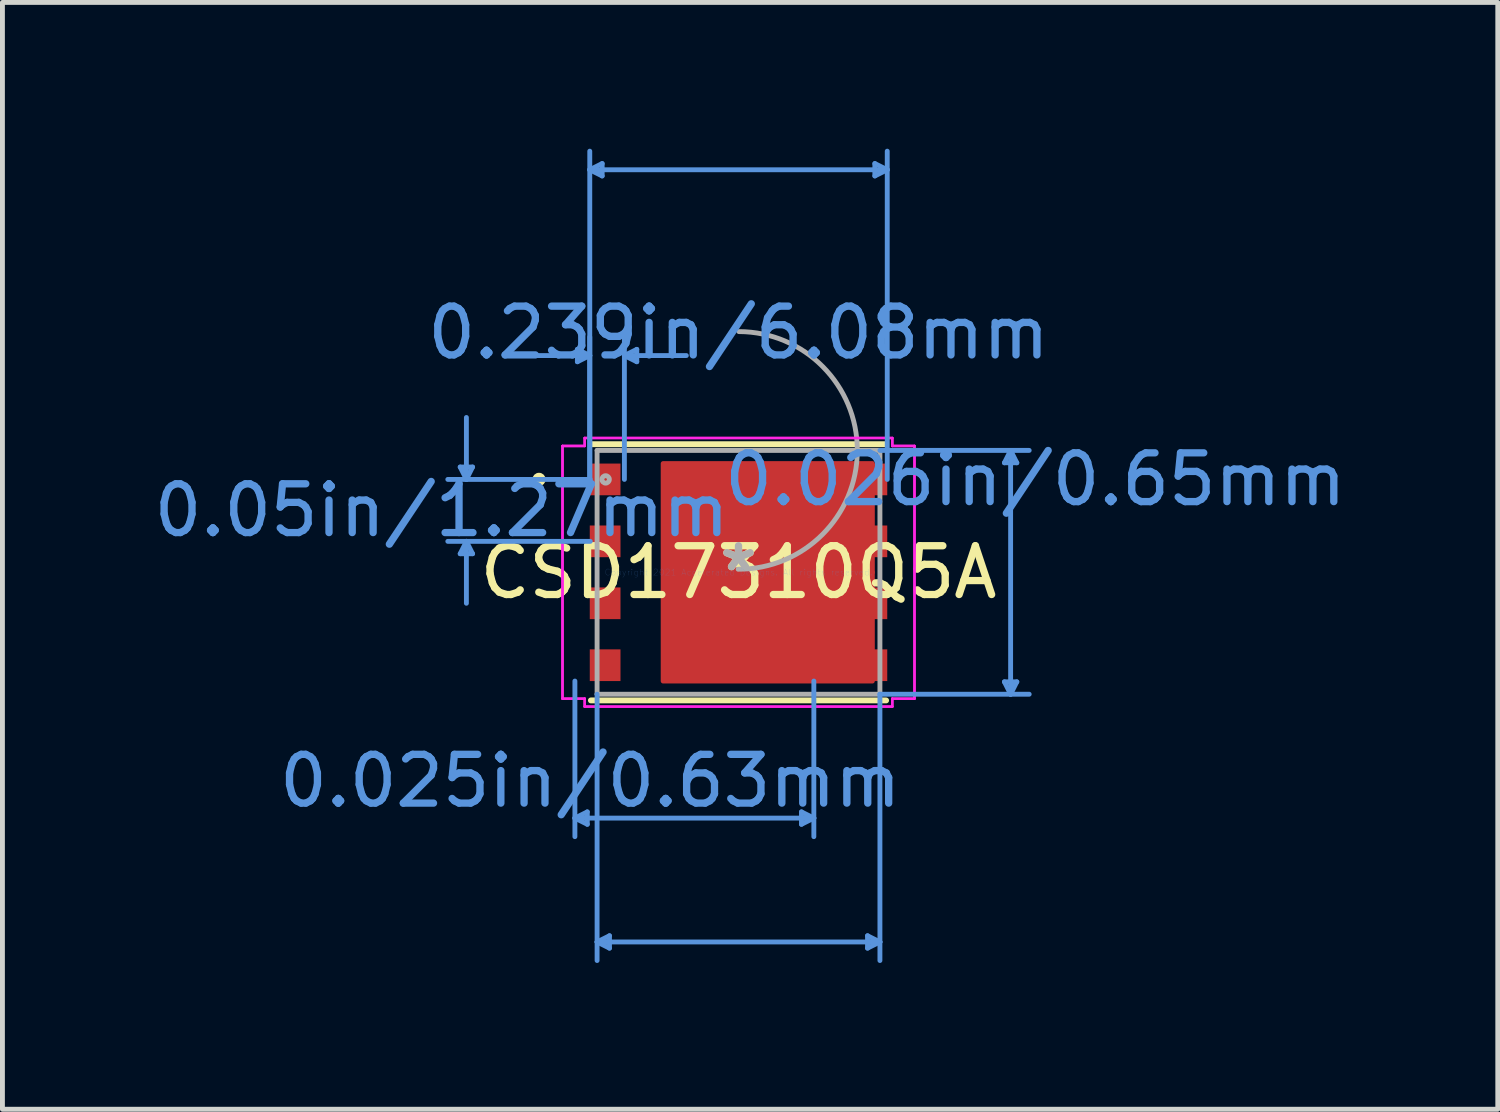
<source format=kicad_pcb>
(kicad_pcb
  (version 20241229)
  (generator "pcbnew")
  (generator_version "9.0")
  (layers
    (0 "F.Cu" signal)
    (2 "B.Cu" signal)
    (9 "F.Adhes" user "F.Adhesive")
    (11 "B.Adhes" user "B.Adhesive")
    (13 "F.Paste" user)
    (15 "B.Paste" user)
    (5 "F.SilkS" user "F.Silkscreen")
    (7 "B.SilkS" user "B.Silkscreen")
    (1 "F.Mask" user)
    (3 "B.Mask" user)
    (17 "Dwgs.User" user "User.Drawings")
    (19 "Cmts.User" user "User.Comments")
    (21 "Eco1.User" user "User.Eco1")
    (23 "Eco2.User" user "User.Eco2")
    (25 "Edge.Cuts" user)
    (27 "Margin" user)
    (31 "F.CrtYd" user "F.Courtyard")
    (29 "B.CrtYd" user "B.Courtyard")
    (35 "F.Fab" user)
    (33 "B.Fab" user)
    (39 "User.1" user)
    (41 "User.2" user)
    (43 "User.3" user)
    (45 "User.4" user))
  (footprint "CSD17310Q5A"
    (layer "F.Cu")
    (at 12.094 8.686)
    (property "Reference" "CSD17310Q5A" (at 0 0 0) (layer "F.SilkS") (effects (font (size 1 1) (thickness 0.15))))
    (attr through_hole)
    (fp_poly (pts (xy 2.745 -2.23) (xy -1.545 -2.23) (xy -1.545 0) (xy 2.745 0)) (stroke (width 0.1) (type solid)) (fill yes) (layer "F.Cu"))
    (fp_poly (pts (xy 2.745 2.23) (xy -1.545 2.23) (xy -1.545 0) (xy 2.745 0)) (stroke (width 0.1) (type solid)) (fill yes) (layer "F.Cu"))
    (fp_poly (pts (xy -3.12 -2.3) (xy -3.12 -1.51) (xy -2.35 -1.51) (xy -2.35 -2.3)) (stroke (width 0.1) (type solid)) (fill yes) (layer "F.Mask"))
    (fp_poly (pts (xy -3.12 -1.03) (xy -3.12 -0.24) (xy -2.35 -0.24) (xy -2.35 -1.03)) (stroke (width 0.1) (type solid)) (fill yes) (layer "F.Mask"))
    (fp_poly (pts (xy -3.12 0.24) (xy -3.12 1.03) (xy -2.35 1.03) (xy -2.35 0.24)) (stroke (width 0.1) (type solid)) (fill yes) (layer "F.Mask"))
    (fp_poly (pts (xy -3.12 1.51) (xy -3.12 2.3) (xy -2.35 2.3) (xy -2.35 1.51)) (stroke (width 0.1) (type solid)) (fill yes) (layer "F.Mask"))
    (fp_poly (pts (xy 2.35 -2.3) (xy 2.35 -1.51) (xy 3.12 -1.51) (xy 3.12 -2.3)) (stroke (width 0.1) (type solid)) (fill yes) (layer "F.Mask"))
    (fp_poly (pts (xy 2.35 -1.03) (xy 2.35 -0.24) (xy 3.12 -0.24) (xy 3.12 -1.03)) (stroke (width 0.1) (type solid)) (fill yes) (layer "F.Mask"))
    (fp_poly (pts (xy 2.35 0.24) (xy 2.35 1.03) (xy 3.12 1.03) (xy 3.12 0.24)) (stroke (width 0.1) (type solid)) (fill yes) (layer "F.Mask"))
    (fp_poly (pts (xy 2.35 1.51) (xy 2.35 2.3) (xy 3.12 2.3) (xy 3.12 1.51)) (stroke (width 0.1) (type solid)) (fill yes) (layer "F.Mask"))
    (fp_poly (pts (xy 2.745 -2.23) (xy -1.545 -2.23) (xy -1.545 0) (xy 2.745 0)) (stroke (width 0.1) (type solid)) (fill yes) (layer "F.Mask"))
    (fp_poly (pts (xy 2.745 2.23) (xy -1.545 2.23) (xy -1.545 0) (xy 2.745 0)) (stroke (width 0.1) (type solid)) (fill yes) (layer "F.Mask"))
    (fp_line (start -3.027 2.627) (end 3.027 2.627) (stroke (width 0.12) (type solid)) (layer "F.SilkS"))
    (fp_line (start 3.027 -2.627) (end -3.027 -2.627) (stroke (width 0.12) (type solid)) (layer "F.SilkS"))
    (fp_circle (center -4.091 -1.905) (end -4.015 -1.905) (stroke (width 0.12) (type solid)) (fill no) (layer "F.SilkS"))
    (fp_poly (pts (xy -0.18 -0.31) (xy -1.415 -0.31) (xy -1.415 -1.88) (xy -0.18 -1.88)) (stroke (width 0.1) (type solid)) (fill yes) (layer "F.Paste"))
    (fp_poly (pts (xy -0.18 0.31) (xy -1.415 0.31) (xy -1.415 1.88) (xy -0.18 1.88)) (stroke (width 0.1) (type solid)) (fill yes) (layer "F.Paste"))
    (fp_poly (pts (xy 0.32 -0.31) (xy 1.905 -0.31) (xy 1.905 -1.88) (xy 0.32 -1.88)) (stroke (width 0.1) (type solid)) (fill yes) (layer "F.Paste"))
    (fp_poly (pts (xy 0.32 0.31) (xy 1.905 0.31) (xy 1.905 1.88) (xy 0.32 1.88)) (stroke (width 0.1) (type solid)) (fill yes) (layer "F.Paste"))
    (fp_line (start -5.707 -2.159) (end -5.453 -2.159) (stroke (width 0.1) (type solid)) (layer "Cmts.User"))
    (fp_line (start -5.707 -0.381) (end -5.453 -0.381) (stroke (width 0.1) (type solid)) (layer "Cmts.User"))
    (fp_line (start -5.58 -1.905) (end -5.707 -2.159) (stroke (width 0.1) (type solid)) (layer "Cmts.User"))
    (fp_line (start -5.58 -1.905) (end -5.58 -3.175) (stroke (width 0.1) (type solid)) (layer "Cmts.User"))
    (fp_line (start -5.58 -1.905) (end -5.453 -2.159) (stroke (width 0.1) (type solid)) (layer "Cmts.User"))
    (fp_line (start -5.58 -0.635) (end -5.707 -0.381) (stroke (width 0.1) (type solid)) (layer "Cmts.User"))
    (fp_line (start -5.58 -0.635) (end -5.58 0.635) (stroke (width 0.1) (type solid)) (layer "Cmts.User"))
    (fp_line (start -5.58 -0.635) (end -5.453 -0.381) (stroke (width 0.1) (type solid)) (layer "Cmts.User"))
    (fp_line (start -3.355 2.23) (end -3.355 5.421) (stroke (width 0.1) (type solid)) (layer "Cmts.User"))
    (fp_line (start -3.355 5.04) (end -3.101 4.913) (stroke (width 0.1) (type solid)) (layer "Cmts.User"))
    (fp_line (start -3.355 5.04) (end -3.101 5.167) (stroke (width 0.1) (type solid)) (layer "Cmts.User"))
    (fp_line (start -3.355 5.04) (end 1.545 5.04) (stroke (width 0.1) (type solid)) (layer "Cmts.User"))
    (fp_line (start -3.304 -4.572) (end -3.304 -4.318) (stroke (width 0.1) (type solid)) (layer "Cmts.User"))
    (fp_line (start -3.101 4.913) (end -3.101 5.167) (stroke (width 0.1) (type solid)) (layer "Cmts.User"))
    (fp_line (start -3.05 -8.255) (end -2.796 -8.382) (stroke (width 0.1) (type solid)) (layer "Cmts.User"))
    (fp_line (start -3.05 -8.255) (end -2.796 -8.128) (stroke (width 0.1) (type solid)) (layer "Cmts.User"))
    (fp_line (start -3.05 -8.255) (end 3.05 -8.255) (stroke (width 0.1) (type solid)) (layer "Cmts.User"))
    (fp_line (start -3.05 -4.445) (end -4.32 -4.445) (stroke (width 0.1) (type solid)) (layer "Cmts.User"))
    (fp_line (start -3.05 -4.445) (end -3.304 -4.572) (stroke (width 0.1) (type solid)) (layer "Cmts.User"))
    (fp_line (start -3.05 -4.445) (end -3.304 -4.318) (stroke (width 0.1) (type solid)) (layer "Cmts.User"))
    (fp_line (start -3.05 -1.905) (end -3.05 -8.636) (stroke (width 0.1) (type solid)) (layer "Cmts.User"))
    (fp_line (start -3.05 -1.905) (end -3.05 -4.826) (stroke (width 0.1) (type solid)) (layer "Cmts.User"))
    (fp_line (start -3.04 -1.905) (end -5.961 -1.905) (stroke (width 0.1) (type solid)) (layer "Cmts.User"))
    (fp_line (start -3.04 -0.635) (end -5.961 -0.635) (stroke (width 0.1) (type solid)) (layer "Cmts.User"))
    (fp_line (start -2.9 2.5) (end -2.9 7.961) (stroke (width 0.1) (type solid)) (layer "Cmts.User"))
    (fp_line (start -2.9 7.58) (end -2.646 7.453) (stroke (width 0.1) (type solid)) (layer "Cmts.User"))
    (fp_line (start -2.9 7.58) (end -2.646 7.707) (stroke (width 0.1) (type solid)) (layer "Cmts.User"))
    (fp_line (start -2.9 7.58) (end 2.9 7.58) (stroke (width 0.1) (type solid)) (layer "Cmts.User"))
    (fp_line (start -2.796 -8.382) (end -2.796 -8.128) (stroke (width 0.1) (type solid)) (layer "Cmts.User"))
    (fp_line (start -2.646 7.453) (end -2.646 7.707) (stroke (width 0.1) (type solid)) (layer "Cmts.User"))
    (fp_line (start -2.34 -4.445) (end -2.086 -4.572) (stroke (width 0.1) (type solid)) (layer "Cmts.User"))
    (fp_line (start -2.34 -4.445) (end -2.086 -4.318) (stroke (width 0.1) (type solid)) (layer "Cmts.User"))
    (fp_line (start -2.34 -4.445) (end -1.07 -4.445) (stroke (width 0.1) (type solid)) (layer "Cmts.User"))
    (fp_line (start -2.34 -1.905) (end -2.34 -4.826) (stroke (width 0.1) (type solid)) (layer "Cmts.User"))
    (fp_line (start -2.086 -4.572) (end -2.086 -4.318) (stroke (width 0.1) (type solid)) (layer "Cmts.User"))
    (fp_line (start 1.291 4.913) (end 1.291 5.167) (stroke (width 0.1) (type solid)) (layer "Cmts.User"))
    (fp_line (start 1.545 2.23) (end 1.545 5.421) (stroke (width 0.1) (type solid)) (layer "Cmts.User"))
    (fp_line (start 1.545 5.04) (end 1.291 4.913) (stroke (width 0.1) (type solid)) (layer "Cmts.User"))
    (fp_line (start 1.545 5.04) (end 1.291 5.167) (stroke (width 0.1) (type solid)) (layer "Cmts.User"))
    (fp_line (start 2.646 7.453) (end 2.646 7.707) (stroke (width 0.1) (type solid)) (layer "Cmts.User"))
    (fp_line (start 2.796 -8.382) (end 2.796 -8.128) (stroke (width 0.1) (type solid)) (layer "Cmts.User"))
    (fp_line (start 2.9 -2.5) (end 5.961 -2.5) (stroke (width 0.1) (type solid)) (layer "Cmts.User"))
    (fp_line (start 2.9 2.5) (end 2.9 7.961) (stroke (width 0.1) (type solid)) (layer "Cmts.User"))
    (fp_line (start 2.9 2.5) (end 5.961 2.5) (stroke (width 0.1) (type solid)) (layer "Cmts.User"))
    (fp_line (start 2.9 7.58) (end 2.646 7.453) (stroke (width 0.1) (type solid)) (layer "Cmts.User"))
    (fp_line (start 2.9 7.58) (end 2.646 7.707) (stroke (width 0.1) (type solid)) (layer "Cmts.User"))
    (fp_line (start 3.05 -8.255) (end 2.796 -8.382) (stroke (width 0.1) (type solid)) (layer "Cmts.User"))
    (fp_line (start 3.05 -8.255) (end 2.796 -8.128) (stroke (width 0.1) (type solid)) (layer "Cmts.User"))
    (fp_line (start 3.05 -1.905) (end 3.05 -8.636) (stroke (width 0.1) (type solid)) (layer "Cmts.User"))
    (fp_line (start 5.453 -2.246) (end 5.707 -2.246) (stroke (width 0.1) (type solid)) (layer "Cmts.User"))
    (fp_line (start 5.453 2.246) (end 5.707 2.246) (stroke (width 0.1) (type solid)) (layer "Cmts.User"))
    (fp_line (start 5.58 -2.5) (end 5.453 -2.246) (stroke (width 0.1) (type solid)) (layer "Cmts.User"))
    (fp_line (start 5.58 -2.5) (end 5.58 2.5) (stroke (width 0.1) (type solid)) (layer "Cmts.User"))
    (fp_line (start 5.58 -2.5) (end 5.707 -2.246) (stroke (width 0.1) (type solid)) (layer "Cmts.User"))
    (fp_line (start 5.58 2.5) (end 5.453 2.246) (stroke (width 0.1) (type solid)) (layer "Cmts.User"))
    (fp_line (start 5.58 2.5) (end 5.707 2.246) (stroke (width 0.1) (type solid)) (layer "Cmts.User"))
    (fp_line (start -3.609 -2.591) (end -3.154 -2.591) (stroke (width 0.05) (type solid)) (layer "F.CrtYd"))
    (fp_line (start -3.609 -2.591) (end -3.154 -2.591) (stroke (width 0.05) (type solid)) (layer "F.CrtYd"))
    (fp_line (start -3.609 2.591) (end -3.609 -2.591) (stroke (width 0.05) (type solid)) (layer "F.CrtYd"))
    (fp_line (start -3.609 2.591) (end -3.609 -2.591) (stroke (width 0.05) (type solid)) (layer "F.CrtYd"))
    (fp_line (start -3.609 2.591) (end -3.154 2.591) (stroke (width 0.05) (type solid)) (layer "F.CrtYd"))
    (fp_line (start -3.154 -2.754) (end 3.154 -2.754) (stroke (width 0.05) (type solid)) (layer "F.CrtYd"))
    (fp_line (start -3.154 -2.754) (end 3.154 -2.754) (stroke (width 0.05) (type solid)) (layer "F.CrtYd"))
    (fp_line (start -3.154 -2.591) (end -3.154 -2.754) (stroke (width 0.05) (type solid)) (layer "F.CrtYd"))
    (fp_line (start -3.154 -2.591) (end -3.154 -2.754) (stroke (width 0.05) (type solid)) (layer "F.CrtYd"))
    (fp_line (start -3.154 2.591) (end -3.609 2.591) (stroke (width 0.05) (type solid)) (layer "F.CrtYd"))
    (fp_line (start -3.154 2.754) (end -3.154 2.591) (stroke (width 0.05) (type solid)) (layer "F.CrtYd"))
    (fp_line (start -3.154 2.754) (end -3.154 2.591) (stroke (width 0.05) (type solid)) (layer "F.CrtYd"))
    (fp_line (start 3.154 -2.754) (end 3.154 -2.591) (stroke (width 0.05) (type solid)) (layer "F.CrtYd"))
    (fp_line (start 3.154 -2.754) (end 3.154 -2.591) (stroke (width 0.05) (type solid)) (layer "F.CrtYd"))
    (fp_line (start 3.154 -2.591) (end 3.609 -2.591) (stroke (width 0.05) (type solid)) (layer "F.CrtYd"))
    (fp_line (start 3.154 2.591) (end 3.154 2.754) (stroke (width 0.05) (type solid)) (layer "F.CrtYd"))
    (fp_line (start 3.154 2.591) (end 3.154 2.754) (stroke (width 0.05) (type solid)) (layer "F.CrtYd"))
    (fp_line (start 3.154 2.754) (end -3.154 2.754) (stroke (width 0.05) (type solid)) (layer "F.CrtYd"))
    (fp_line (start 3.154 2.754) (end -3.154 2.754) (stroke (width 0.05) (type solid)) (layer "F.CrtYd"))
    (fp_line (start 3.609 -2.591) (end 3.154 -2.591) (stroke (width 0.05) (type solid)) (layer "F.CrtYd"))
    (fp_line (start 3.609 -2.591) (end 3.609 2.591) (stroke (width 0.05) (type solid)) (layer "F.CrtYd"))
    (fp_line (start 3.609 -2.591) (end 3.609 2.591) (stroke (width 0.05) (type solid)) (layer "F.CrtYd"))
    (fp_line (start 3.609 2.591) (end 3.154 2.591) (stroke (width 0.05) (type solid)) (layer "F.CrtYd"))
    (fp_line (start 3.609 2.591) (end 3.154 2.591) (stroke (width 0.05) (type solid)) (layer "F.CrtYd"))
    (fp_line (start -2.9 -2.5) (end -2.9 2.5) (stroke (width 0.1) (type solid)) (layer "F.Fab"))
    (fp_line (start -2.9 2.5) (end 2.9 2.5) (stroke (width 0.1) (type solid)) (layer "F.Fab"))
    (fp_line (start 2.9 -2.5) (end -2.9 -2.5) (stroke (width 0.1) (type solid)) (layer "F.Fab"))
    (fp_line (start 2.9 2.5) (end 2.9 -2.5) (stroke (width 0.1) (type solid)) (layer "F.Fab"))
    (fp_arc (start 0.007742 -4.9365) (mid 2.4365 -2.492258) (end -0.007742 -0.0635) (stroke (width 0.1) (type solid)) (layer "F.Fab"))
    (fp_circle (center -2.725 -1.905) (end -2.649 -1.905) (stroke (width 0.1) (type solid)) (fill no) (layer "F.Fab"))
    (fp_text user "*" (at 0 0 0) (layer "F.SilkS") (effects (font (size 1 1) (thickness 0.15))))
    (fp_text user "Copyright 2021 Accelerated Designs. All rights reserved." (at 0 0 0) (layer "Cmts.User") (effects (font (size 0.127 0.127) (thickness 0.002))))
    (fp_text user "0.025in/0.63mm" (at -3.04 4.278 0) (layer "Cmts.User") (effects (font (size 1 1) (thickness 0.15))))
    (fp_text user "0.239in/6.08mm" (at 0 -4.913 0) (layer "Cmts.User") (effects (font (size 1 1) (thickness 0.15))))
    (fp_text user "0.05in/1.27mm" (at -6.088 -1.27 0) (layer "Cmts.User") (effects (font (size 1 1) (thickness 0.15))))
    (fp_text user "0.026in/0.65mm" (at 6.088 -1.905 0) (layer "Cmts.User") (effects (font (size 1 1) (thickness 0.15))))
    (fp_text user "*" (at 0 0 0) (layer "F.Fab") (effects (font (size 1 1) (thickness 0.15))))
    (pad "1" smd rect (at -2.735 -1.905) (size 0.63 0.65) (layers "F.Cu" "F.Mask" "F.Paste"))
    (pad "2" smd rect (at -2.735 -0.635) (size 0.63 0.65) (layers "F.Cu" "F.Mask" "F.Paste"))
    (pad "3" smd rect (at -2.735 0.635) (size 0.63 0.65) (layers "F.Cu" "F.Mask" "F.Paste"))
    (pad "4" smd rect (at -2.735 1.905) (size 0.63 0.65) (layers "F.Cu" "F.Mask" "F.Paste"))
    (pad "5" smd rect (at 2.735 1.905) (size 0.63 0.65) (layers "F.Cu" "F.Mask" "F.Paste"))
    (pad "6" smd rect (at 2.735 0.635) (size 0.63 0.65) (layers "F.Cu" "F.Mask" "F.Paste"))
    (pad "7" smd rect (at 2.735 -0.635) (size 0.63 0.65) (layers "F.Cu" "F.Mask" "F.Paste"))
    (pad "8" smd rect (at 2.735 -1.905) (size 0.63 0.65) (layers "F.Cu" "F.Mask" "F.Paste")))
  (gr_rect
    (start -3 -3)
    (end 27.664 19.697)
    (stroke (width 0.1) (type default))
    (fill no)
    (layer "Edge.Cuts")))
</source>
